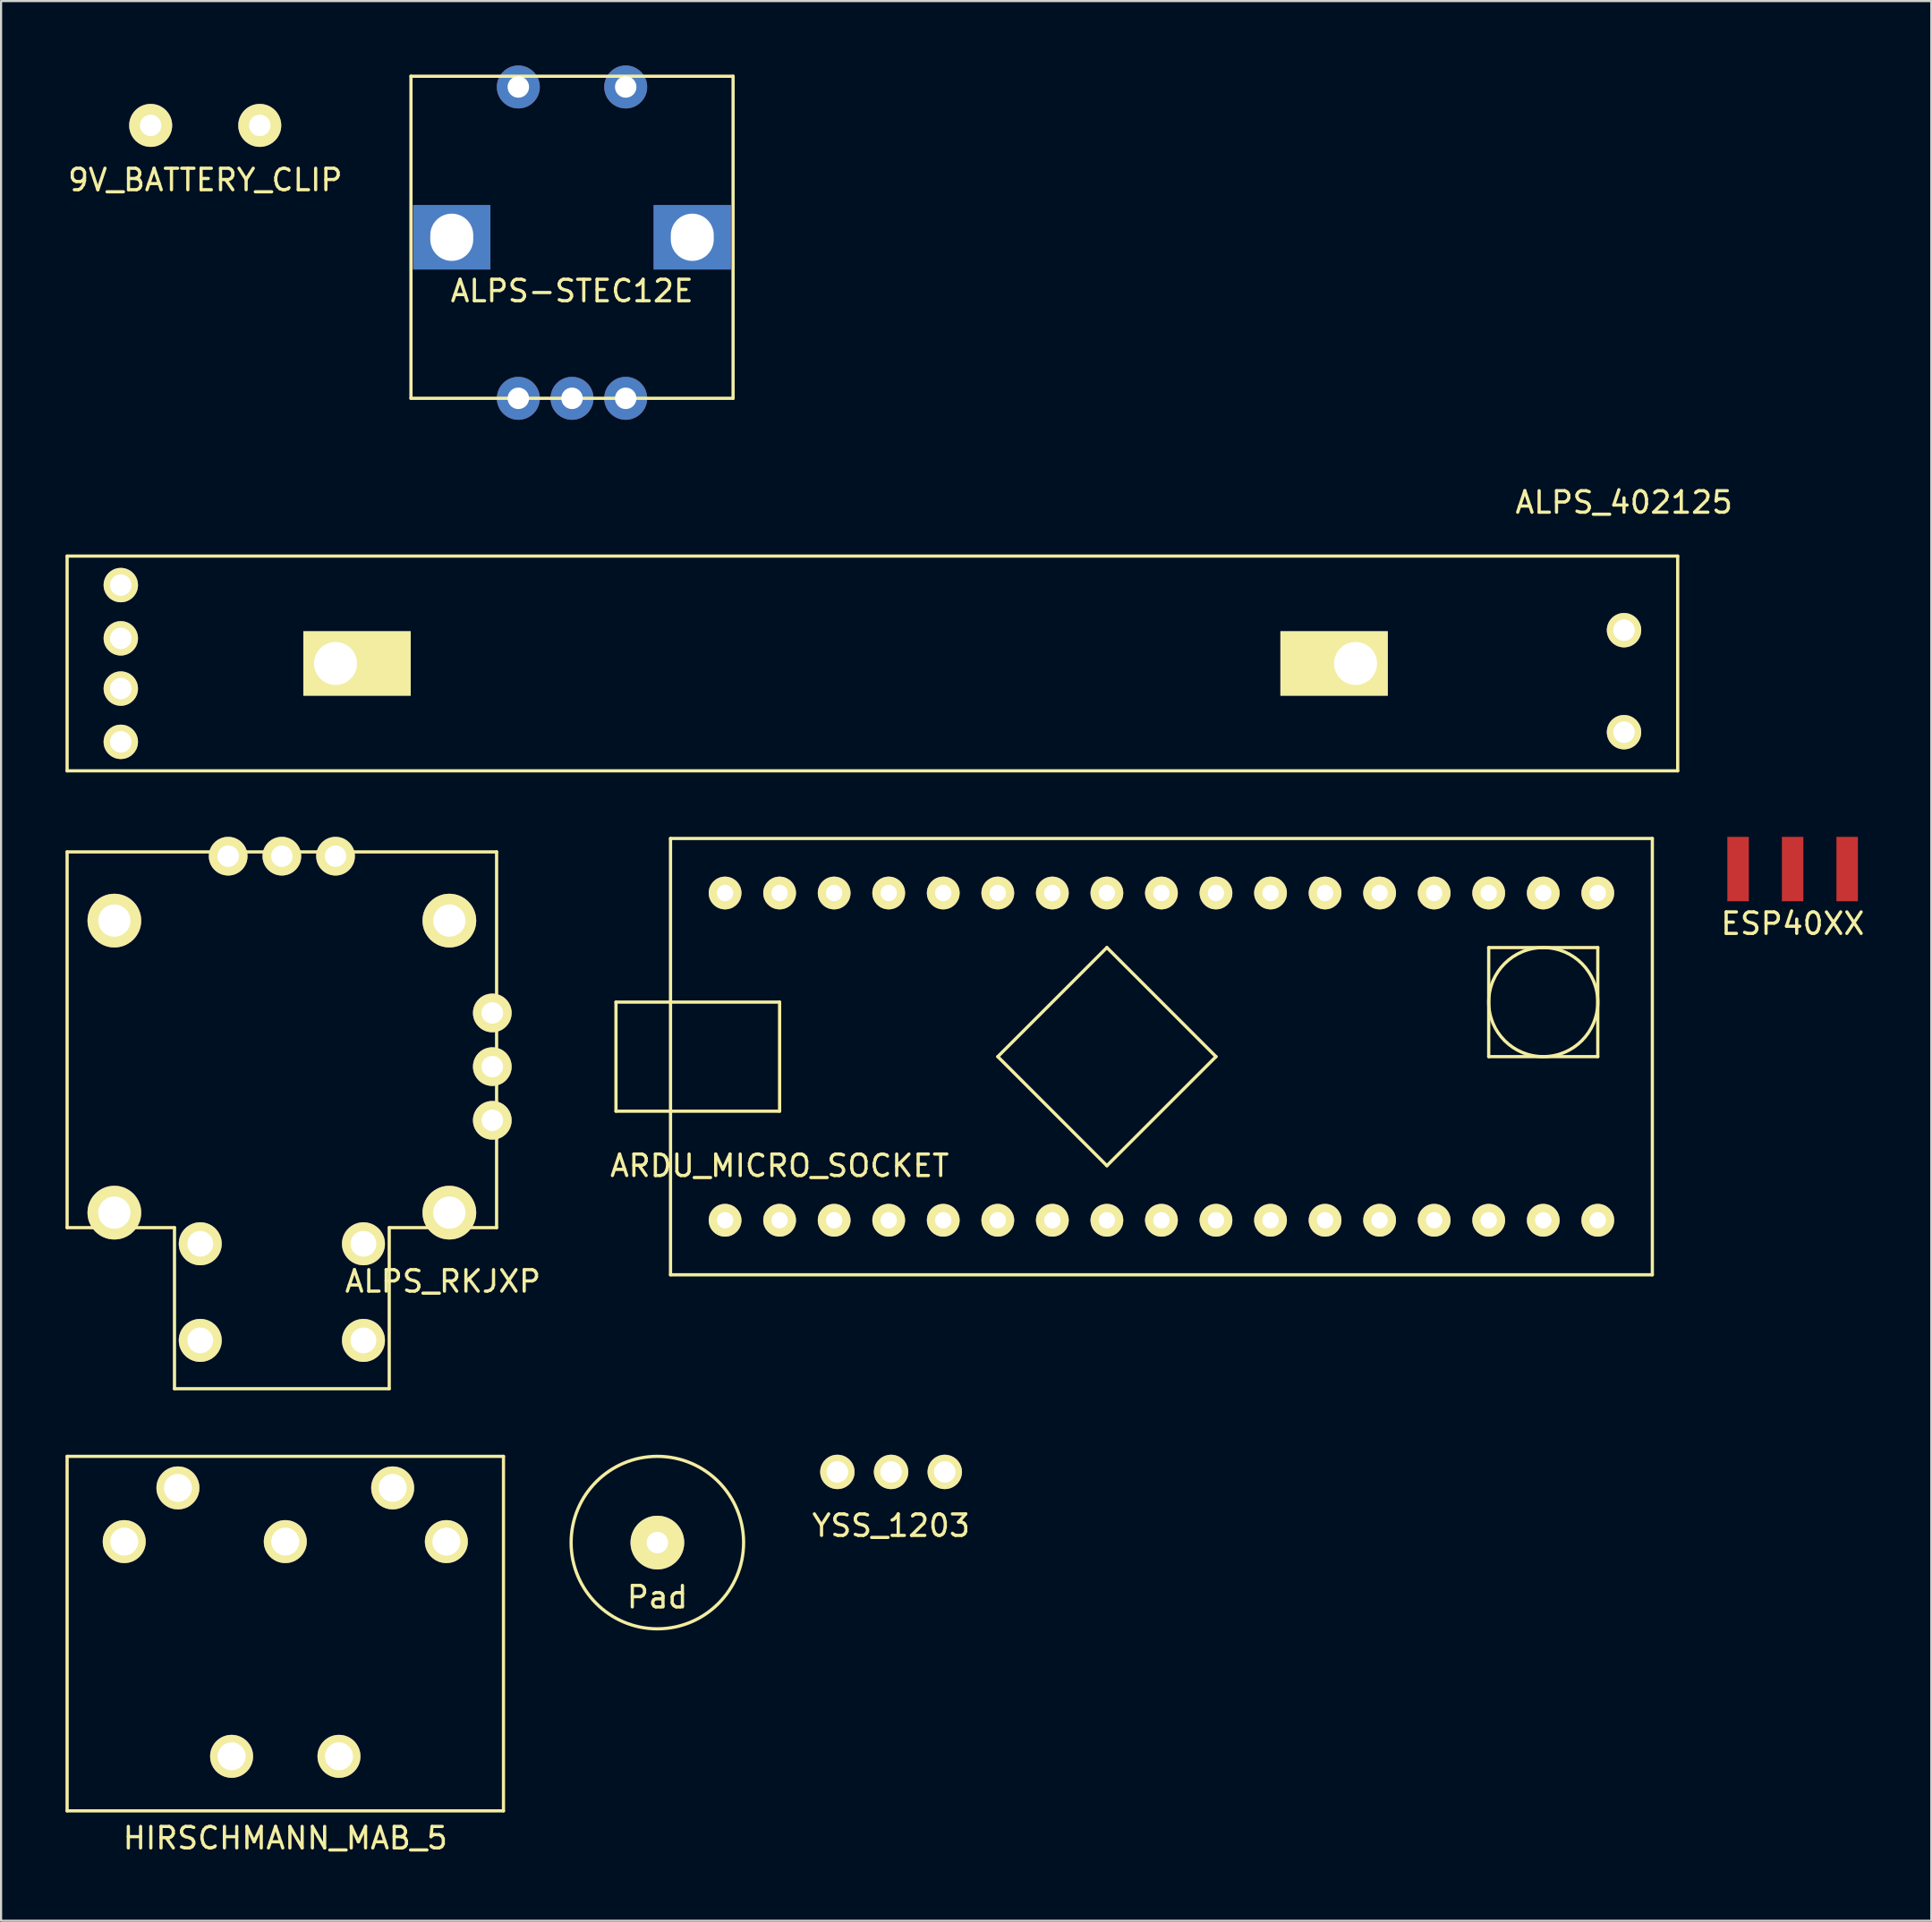
<source format=kicad_pcb>
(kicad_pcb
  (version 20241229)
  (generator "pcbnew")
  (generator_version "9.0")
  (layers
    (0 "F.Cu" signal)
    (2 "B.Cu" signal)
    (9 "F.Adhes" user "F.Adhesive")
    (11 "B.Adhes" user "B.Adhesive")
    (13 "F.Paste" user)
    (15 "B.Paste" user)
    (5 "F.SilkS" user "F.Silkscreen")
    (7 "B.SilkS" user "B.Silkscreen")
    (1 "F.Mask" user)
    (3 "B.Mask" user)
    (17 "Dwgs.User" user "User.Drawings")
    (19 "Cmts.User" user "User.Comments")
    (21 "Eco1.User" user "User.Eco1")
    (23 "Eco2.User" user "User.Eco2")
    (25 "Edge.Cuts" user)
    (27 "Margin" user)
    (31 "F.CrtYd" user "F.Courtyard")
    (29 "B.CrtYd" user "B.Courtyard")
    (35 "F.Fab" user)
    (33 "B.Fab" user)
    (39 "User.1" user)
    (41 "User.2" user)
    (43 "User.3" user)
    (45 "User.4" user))
  (footprint "ALPS_402125"
    (layer "F.Cu")
    (at 37.575 27.848)
    (property "Reference" "ALPS_402125" (at 35 -7.5 0) (layer "F.SilkS") (effects (font (size 1 1) (thickness 0.15))))
    (attr through_hole)
    (fp_line (start -37.5 -5) (end 37.5 -5) (stroke (width 0.15) (type solid)) (layer "F.SilkS"))
    (fp_line (start -37.5 5) (end -37.5 -5) (stroke (width 0.15) (type solid)) (layer "F.SilkS"))
    (fp_line (start 37.5 -5) (end 37.5 5) (stroke (width 0.15) (type solid)) (layer "F.SilkS"))
    (fp_line (start 37.5 5) (end -37.5 5) (stroke (width 0.15) (type solid)) (layer "F.SilkS"))
    (pad "" thru_hole circle (at -35 1.17) (size 1.6 1.6) (drill 1) (layers "*.Cu" "*.Mask" "F.SilkS"))
    (pad "" thru_hole circle (at -35 3.65) (size 1.6 1.6) (drill 1) (layers "*.Cu" "*.Mask" "F.SilkS"))
    (pad "" thru_hole rect (at -25 0) (size 5 3) (drill 2 (offset 1 0)) (layers "*.Cu" "*.Mask" "F.SilkS"))
    (pad "" thru_hole rect (at 22.5 0) (size 5 3) (drill 2 (offset -1 0)) (layers "*.Cu" "*.Mask" "F.SilkS"))
    (pad "" thru_hole circle (at 35 3.2) (size 1.6 1.6) (drill 1) (layers "*.Cu" "*.Mask" "F.SilkS"))
    (pad "1" thru_hole circle (at -35 -1.17) (size 1.6 1.6) (drill 1) (layers "*.Cu" "*.Mask" "F.SilkS"))
    (pad "2" thru_hole circle (at -35 -3.65) (size 1.6 1.6) (drill 1) (layers "*.Cu" "*.Mask" "F.SilkS"))
    (pad "3" thru_hole circle (at 35 -1.55) (size 1.6 1.6) (drill 1) (layers "*.Cu" "*.Mask" "F.SilkS")))
  (footprint "ALPS_RKJXP"
    (layer "F.Cu")
    (at 10.075 46.623)
    (property "Reference" "ALPS_RKJXP" (at 7.5 10 0) (layer "F.SilkS") (effects (font (size 1 1) (thickness 0.15))))
    (attr through_hole)
    (fp_line (start -10 -10) (end -10 7.5) (stroke (width 0.15) (type solid)) (layer "F.SilkS"))
    (fp_line (start -10 7.5) (end -5 7.5) (stroke (width 0.15) (type solid)) (layer "F.SilkS"))
    (fp_line (start -5 7.5) (end -5 15) (stroke (width 0.15) (type solid)) (layer "F.SilkS"))
    (fp_line (start -5 15) (end 5 15) (stroke (width 0.15) (type solid)) (layer "F.SilkS"))
    (fp_line (start 5 7.5) (end 10 7.5) (stroke (width 0.15) (type solid)) (layer "F.SilkS"))
    (fp_line (start 5 15) (end 5 7.5) (stroke (width 0.15) (type solid)) (layer "F.SilkS"))
    (fp_line (start 10 -10) (end -10 -10) (stroke (width 0.15) (type solid)) (layer "F.SilkS"))
    (fp_line (start 10 7.5) (end 10 -10) (stroke (width 0.15) (type solid)) (layer "F.SilkS"))
    (pad "" thru_hole circle (at -7.8 -6.8) (size 2.5 2.5) (drill 1.5) (layers "*.Cu" "*.Mask" "F.SilkS"))
    (pad "" thru_hole circle (at -7.8 6.8) (size 2.5 2.5) (drill 1.5) (layers "*.Cu" "*.Mask" "F.SilkS"))
    (pad "" thru_hole circle (at -3.8 8.25) (size 2 2) (drill 1.2) (layers "*.Cu" "*.Mask" "F.SilkS"))
    (pad "" thru_hole circle (at 3.8 12.75) (size 2 2) (drill 1.2) (layers "*.Cu" "*.Mask" "F.SilkS"))
    (pad "" thru_hole circle (at 7.8 -6.8) (size 2.5 2.5) (drill 1.5) (layers "*.Cu" "*.Mask" "F.SilkS"))
    (pad "" thru_hole circle (at 7.8 6.8) (size 2.5 2.5) (drill 1.5) (layers "*.Cu" "*.Mask" "F.SilkS"))
    (pad "1" thru_hole circle (at 2.5 -9.8) (size 1.8 1.8) (drill 1) (layers "*.Cu" "*.Mask" "F.SilkS"))
    (pad "2" thru_hole circle (at 0 -9.8) (size 1.8 1.8) (drill 1) (layers "*.Cu" "*.Mask" "F.SilkS"))
    (pad "3" thru_hole circle (at -2.5 -9.8) (size 1.8 1.8) (drill 1) (layers "*.Cu" "*.Mask" "F.SilkS"))
    (pad "4" thru_hole circle (at 9.8 2.5) (size 1.8 1.8) (drill 1) (layers "*.Cu" "*.Mask" "F.SilkS"))
    (pad "5" thru_hole circle (at 9.8 0) (size 1.8 1.8) (drill 1) (layers "*.Cu" "*.Mask" "F.SilkS"))
    (pad "6" thru_hole circle (at 9.8 -2.5) (size 1.8 1.8) (drill 1) (layers "*.Cu" "*.Mask" "F.SilkS"))
    (pad "7" thru_hole circle (at 3.8 8.25) (size 2 2) (drill 1.2) (layers "*.Cu" "*.Mask" "F.SilkS"))
    (pad "8" thru_hole circle (at -3.8 12.75) (size 2 2) (drill 1.2) (layers "*.Cu" "*.Mask" "F.SilkS")))
  (footprint "YSS_1203"
    (layer "F.Cu")
    (at 38.444 65.498)
    (property "Reference" "YSS_1203" (at 0 2.5 0) (layer "F.SilkS") (effects (font (size 1 1) (thickness 0.15))))
    (attr through_hole)
    (pad "1" thru_hole circle (at -2.5 0) (size 1.6 1.6) (drill 1) (layers "*.Cu" "*.Mask" "F.SilkS"))
    (pad "2" thru_hole circle (at 0 0) (size 1.6 1.6) (drill 1) (layers "*.Cu" "*.Mask" "F.SilkS"))
    (pad "3" thru_hole circle (at 2.5 0) (size 1.6 1.6) (drill 1) (layers "*.Cu" "*.Mask" "F.SilkS")))
  (footprint "ARDU_MICRO_SOCKET"
    (layer "F.Cu")
    (at 33.254 38.538)
    (property "Reference" "ARDU_MICRO_SOCKET" (at 0 12.7 0) (layer "F.SilkS") (effects (font (size 1 1) (thickness 0.15))))
    (attr through_hole)
    (fp_line (start -7.62 5.08) (end 0 5.08) (stroke (width 0.15) (type solid)) (layer "F.SilkS"))
    (fp_line (start -7.62 10.16) (end -7.62 5.08) (stroke (width 0.15) (type solid)) (layer "F.SilkS"))
    (fp_line (start -5.08 -2.54) (end 40.64 -2.54) (stroke (width 0.15) (type solid)) (layer "F.SilkS"))
    (fp_line (start -5.08 17.78) (end -5.08 -2.54) (stroke (width 0.15) (type solid)) (layer "F.SilkS"))
    (fp_line (start 0 5.08) (end 0 10.16) (stroke (width 0.15) (type solid)) (layer "F.SilkS"))
    (fp_line (start 0 10.16) (end -7.62 10.16) (stroke (width 0.15) (type solid)) (layer "F.SilkS"))
    (fp_line (start 10.16 7.62) (end 15.24 2.54) (stroke (width 0.15) (type solid)) (layer "F.SilkS"))
    (fp_line (start 15.24 2.54) (end 20.32 7.62) (stroke (width 0.15) (type solid)) (layer "F.SilkS"))
    (fp_line (start 15.24 12.7) (end 10.16 7.62) (stroke (width 0.15) (type solid)) (layer "F.SilkS"))
    (fp_line (start 20.32 7.62) (end 15.24 12.7) (stroke (width 0.15) (type solid)) (layer "F.SilkS"))
    (fp_line (start 33.02 2.54) (end 33.02 7.62) (stroke (width 0.15) (type solid)) (layer "F.SilkS"))
    (fp_line (start 33.02 7.62) (end 38.1 7.62) (stroke (width 0.15) (type solid)) (layer "F.SilkS"))
    (fp_line (start 38.1 2.54) (end 33.02 2.54) (stroke (width 0.15) (type solid)) (layer "F.SilkS"))
    (fp_line (start 38.1 7.62) (end 38.1 2.54) (stroke (width 0.15) (type solid)) (layer "F.SilkS"))
    (fp_line (start 40.64 -2.54) (end 40.64 17.78) (stroke (width 0.15) (type solid)) (layer "F.SilkS"))
    (fp_line (start 40.64 17.78) (end -5.08 17.78) (stroke (width 0.15) (type solid)) (layer "F.SilkS"))
    (fp_circle (center 35.56 5.08) (end 38.1 5.08) (stroke (width 0.15) (type solid)) (fill no) (layer "F.SilkS"))
    (pad "1" thru_hole circle (at -2.54 15.24) (size 1.524 1.524) (drill 0.762) (layers "*.Cu" "*.Mask" "F.SilkS"))
    (pad "2" thru_hole circle (at 0 15.24) (size 1.524 1.524) (drill 0.762) (layers "*.Cu" "*.Mask" "F.SilkS"))
    (pad "3" thru_hole circle (at 2.54 15.24) (size 1.524 1.524) (drill 0.762) (layers "*.Cu" "*.Mask" "F.SilkS"))
    (pad "4" thru_hole circle (at 5.08 15.24) (size 1.524 1.524) (drill 0.762) (layers "*.Cu" "*.Mask" "F.SilkS"))
    (pad "5" thru_hole circle (at 7.62 15.24) (size 1.524 1.524) (drill 0.762) (layers "*.Cu" "*.Mask" "F.SilkS"))
    (pad "6" thru_hole circle (at 10.16 15.24) (size 1.524 1.524) (drill 0.762) (layers "*.Cu" "*.Mask" "F.SilkS"))
    (pad "7" thru_hole circle (at 12.7 15.24) (size 1.524 1.524) (drill 0.762) (layers "*.Cu" "*.Mask" "F.SilkS"))
    (pad "8" thru_hole circle (at 15.24 15.24) (size 1.524 1.524) (drill 0.762) (layers "*.Cu" "*.Mask" "F.SilkS"))
    (pad "9" thru_hole circle (at 17.78 15.24) (size 1.524 1.524) (drill 0.762) (layers "*.Cu" "*.Mask" "F.SilkS"))
    (pad "10" thru_hole circle (at 20.32 15.24) (size 1.524 1.524) (drill 0.762) (layers "*.Cu" "*.Mask" "F.SilkS"))
    (pad "11" thru_hole circle (at 22.86 15.24) (size 1.524 1.524) (drill 0.762) (layers "*.Cu" "*.Mask" "F.SilkS"))
    (pad "12" thru_hole circle (at 25.4 15.24) (size 1.524 1.524) (drill 0.762) (layers "*.Cu" "*.Mask" "F.SilkS"))
    (pad "13" thru_hole circle (at 27.94 15.24) (size 1.524 1.524) (drill 0.762) (layers "*.Cu" "*.Mask" "F.SilkS"))
    (pad "14" thru_hole circle (at 30.48 15.24) (size 1.524 1.524) (drill 0.762) (layers "*.Cu" "*.Mask" "F.SilkS"))
    (pad "15" thru_hole circle (at 33.02 15.24) (size 1.524 1.524) (drill 0.762) (layers "*.Cu" "*.Mask" "F.SilkS"))
    (pad "16" thru_hole circle (at 35.56 15.24) (size 1.524 1.524) (drill 0.762) (layers "*.Cu" "*.Mask" "F.SilkS"))
    (pad "17" thru_hole circle (at 38.1 15.24) (size 1.524 1.524) (drill 0.762) (layers "*.Cu" "*.Mask" "F.SilkS"))
    (pad "18" thru_hole circle (at 38.1 0) (size 1.524 1.524) (drill 0.762) (layers "*.Cu" "*.Mask" "F.SilkS"))
    (pad "19" thru_hole circle (at 35.56 0) (size 1.524 1.524) (drill 0.762) (layers "*.Cu" "*.Mask" "F.SilkS"))
    (pad "20" thru_hole circle (at 33.02 0) (size 1.524 1.524) (drill 0.762) (layers "*.Cu" "*.Mask" "F.SilkS"))
    (pad "21" thru_hole circle (at 30.48 0) (size 1.524 1.524) (drill 0.762) (layers "*.Cu" "*.Mask" "F.SilkS"))
    (pad "22" thru_hole circle (at 27.94 0) (size 1.524 1.524) (drill 0.762) (layers "*.Cu" "*.Mask" "F.SilkS"))
    (pad "23" thru_hole circle (at 25.4 0) (size 1.524 1.524) (drill 0.762) (layers "*.Cu" "*.Mask" "F.SilkS"))
    (pad "24" thru_hole circle (at 22.86 0) (size 1.524 1.524) (drill 0.762) (layers "*.Cu" "*.Mask" "F.SilkS"))
    (pad "25" thru_hole circle (at 20.32 0) (size 1.524 1.524) (drill 0.762) (layers "*.Cu" "*.Mask" "F.SilkS"))
    (pad "26" thru_hole circle (at 17.78 0) (size 1.524 1.524) (drill 0.762) (layers "*.Cu" "*.Mask" "F.SilkS"))
    (pad "27" thru_hole circle (at 15.24 0) (size 1.524 1.524) (drill 0.762) (layers "*.Cu" "*.Mask" "F.SilkS"))
    (pad "28" thru_hole circle (at 12.7 0) (size 1.524 1.524) (drill 0.762) (layers "*.Cu" "*.Mask" "F.SilkS"))
    (pad "29" thru_hole circle (at 10.16 0) (size 1.524 1.524) (drill 0.762) (layers "*.Cu" "*.Mask" "F.SilkS"))
    (pad "30" thru_hole circle (at 7.62 0) (size 1.524 1.524) (drill 0.762) (layers "*.Cu" "*.Mask" "F.SilkS"))
    (pad "31" thru_hole circle (at 5.08 0) (size 1.524 1.524) (drill 0.762) (layers "*.Cu" "*.Mask" "F.SilkS"))
    (pad "32" thru_hole circle (at 2.54 0) (size 1.524 1.524) (drill 0.762) (layers "*.Cu" "*.Mask" "F.SilkS"))
    (pad "33" thru_hole circle (at 0 0) (size 1.524 1.524) (drill 0.762) (layers "*.Cu" "*.Mask" "F.SilkS"))
    (pad "34" thru_hole circle (at -2.54 0) (size 1.524 1.524) (drill 0.762) (layers "*.Cu" "*.Mask" "F.SilkS")))
  (footprint "ALPS-STEC12E"
    (layer "F.Cu")
    (at 23.587 8)
    (property "Reference" "ALPS-STEC12E" (at 0 2.5 0) (layer "F.SilkS") (effects (font (size 1 1) (thickness 0.15))))
    (attr through_hole)
    (fp_line (start -7.5 -7.5) (end 7.5 -7.5) (stroke (width 0.15) (type solid)) (layer "F.SilkS"))
    (fp_line (start -7.5 7.5) (end -7.5 -7.5) (stroke (width 0.15) (type solid)) (layer "F.SilkS"))
    (fp_line (start 7.5 -7.5) (end 7.5 7.5) (stroke (width 0.15) (type solid)) (layer "F.SilkS"))
    (fp_line (start 7.5 7.5) (end -7.5 7.5) (stroke (width 0.15) (type solid)) (layer "F.SilkS"))
    (pad "" thru_hole rect (at -5.6 0) (size 3.6 3) (drill oval 2 2.2) (layers "*.Cu" "*.Mask"))
    (pad "" thru_hole rect (at 5.6 0) (size 3.6 3) (drill oval 2 2.2) (layers "*.Cu" "*.Mask"))
    (pad "1" thru_hole circle (at -2.5 7.5) (size 2 2) (drill 1) (layers "*.Cu" "*.Mask"))
    (pad "2" thru_hole circle (at 0 7.5) (size 2 2) (drill 1) (layers "*.Cu" "*.Mask"))
    (pad "3" thru_hole circle (at 2.5 7.5) (size 2 2) (drill 1) (layers "*.Cu" "*.Mask"))
    (pad "4" thru_hole circle (at 2.5 -7) (size 2 2) (drill 1) (layers "*.Cu" "*.Mask"))
    (pad "5" thru_hole circle (at -2.5 -7) (size 2 2) (drill 1) (layers "*.Cu" "*.Mask")))
  (footprint "ESP40XX"
    (layer "F.Cu")
    (at 80.427 37.423)
    (property "Reference" "ESP40XX" (at 0 2.54 0) (layer "F.SilkS") (effects (font (size 1 1) (thickness 0.15))))
    (attr through_hole)
    (pad "1" smd rect (at -2.54 0) (size 1 3) (layers "F.Cu" "F.Mask" "F.Paste"))
    (pad "2" smd rect (at 0 0) (size 1 3) (layers "F.Cu" "F.Mask" "F.Paste"))
    (pad "3" smd rect (at 2.54 0) (size 1 3) (layers "F.Cu" "F.Mask" "F.Paste")))
  (footprint "9V_BATTERY_CLIP"
    (layer "F.Cu")
    (at 6.506 0.25)
    (property "Reference" "9V_BATTERY_CLIP" (at 0 5.08 0) (layer "F.SilkS") (effects (font (size 1 1) (thickness 0.15))))
    (attr through_hole)
    (pad "1" thru_hole circle (at -2.54 2.54) (size 2 2) (drill 1) (layers "*.Cu" "*.Mask" "F.SilkS"))
    (pad "2" thru_hole circle (at 2.54 2.54) (size 2 2) (drill 1) (layers "*.Cu" "*.Mask" "F.SilkS")))
  (footprint "HIRSCHMANN_MAB_5"
    (layer "F.Cu")
    (at 10.235 78.743)
    (property "Reference" "HIRSCHMANN_MAB_5" (at 0 3.81 0) (layer "F.SilkS") (effects (font (size 1 1) (thickness 0.15))))
    (attr through_hole)
    (fp_line (start -10.16 -13.97) (end -10.16 2.54) (stroke (width 0.15) (type solid)) (layer "F.SilkS"))
    (fp_line (start -10.16 2.54) (end 10.16 2.54) (stroke (width 0.15) (type solid)) (layer "F.SilkS"))
    (fp_line (start 10.16 -13.97) (end -10.16 -13.97) (stroke (width 0.15) (type solid)) (layer "F.SilkS"))
    (fp_line (start 10.16 2.54) (end 10.16 -13.97) (stroke (width 0.15) (type solid)) (layer "F.SilkS"))
    (pad "" thru_hole circle (at -2.5 0) (size 2 2) (drill 1.3) (layers "*.Cu" "*.Mask" "F.SilkS"))
    (pad "" thru_hole circle (at 2.5 0) (size 2 2) (drill 1.3) (layers "*.Cu" "*.Mask" "F.SilkS"))
    (pad "1" thru_hole circle (at 7.5 -10) (size 2 2) (drill 1.3) (layers "*.Cu" "*.Mask" "F.SilkS"))
    (pad "2" thru_hole circle (at 0 -10) (size 2 2) (drill 1.3) (layers "*.Cu" "*.Mask" "F.SilkS"))
    (pad "3" thru_hole circle (at -7.5 -10) (size 2 2) (drill 1.3) (layers "*.Cu" "*.Mask" "F.SilkS"))
    (pad "4" thru_hole circle (at 5 -12.5) (size 2 2) (drill 1.3) (layers "*.Cu" "*.Mask" "F.SilkS"))
    (pad "5" thru_hole circle (at -5 -12.5) (size 2 2) (drill 1.3) (layers "*.Cu" "*.Mask" "F.SilkS")))
  (footprint "Pad"
    (layer "F.Cu")
    (at 27.561 68.789)
    (property "Reference" "Pad" (at 0 2.54 0) (layer "F.SilkS") (effects (font (size 1 1) (thickness 0.15))))
    (attr through_hole)
    (fp_circle (center 0 0) (end 1.27 -3.81) (stroke (width 0.15) (type solid)) (fill no) (layer "F.SilkS"))
    (pad "1" thru_hole circle (at 0 0) (size 2.5 2.5) (drill 1) (layers "*.Cu" "*.Mask" "F.SilkS")))
  (gr_rect
    (start -3 -3)
    (end 86.885 86.401)
    (stroke (width 0.1) (type default))
    (fill no)
    (layer "Edge.Cuts")))
</source>
